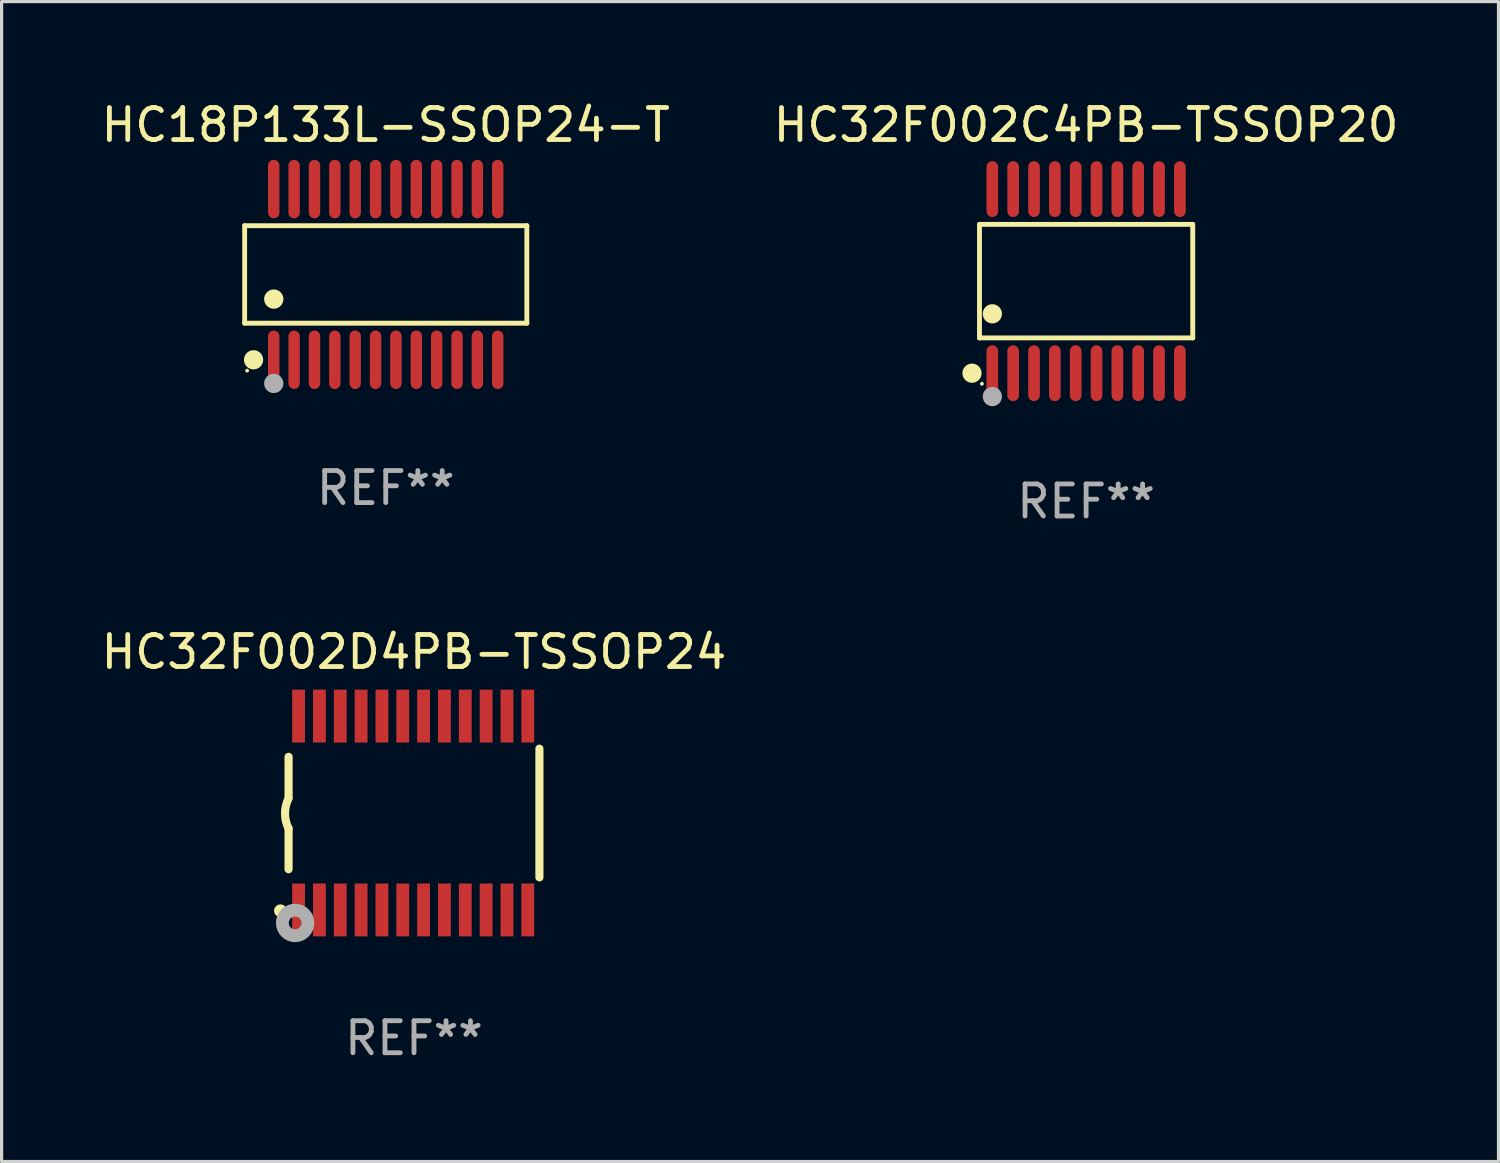
<source format=kicad_pcb>
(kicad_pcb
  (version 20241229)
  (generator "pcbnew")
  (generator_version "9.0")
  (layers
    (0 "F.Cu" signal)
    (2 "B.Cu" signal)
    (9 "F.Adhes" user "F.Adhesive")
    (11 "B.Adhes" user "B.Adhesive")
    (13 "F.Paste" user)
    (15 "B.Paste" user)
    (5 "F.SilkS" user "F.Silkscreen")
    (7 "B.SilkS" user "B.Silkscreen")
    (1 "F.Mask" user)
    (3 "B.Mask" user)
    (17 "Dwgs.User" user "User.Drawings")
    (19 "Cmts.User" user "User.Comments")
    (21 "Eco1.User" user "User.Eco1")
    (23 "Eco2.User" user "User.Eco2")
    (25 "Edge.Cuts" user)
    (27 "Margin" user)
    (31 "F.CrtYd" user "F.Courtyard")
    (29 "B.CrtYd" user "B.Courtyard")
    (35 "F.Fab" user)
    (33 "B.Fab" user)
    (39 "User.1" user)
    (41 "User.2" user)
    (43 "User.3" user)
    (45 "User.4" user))
  (footprint "HC32F002C4PB-TSSOP20"
    (layer "F.Cu")
    (at 30.827 5.719)
    (property "Reference" "HC32F002C4PB-TSSOP20" (at 0 -4.871 0) (layer "F.SilkS") (effects (font (size 1 1) (thickness 0.15))))
    (attr through_hole)
    (fp_line (start -3.326 -1.771) (end 3.326 -1.771) (stroke (width 0.152) (type solid)) (layer "F.SilkS"))
    (fp_line (start -3.326 1.771) (end -3.326 -1.771) (stroke (width 0.152) (type solid)) (layer "F.SilkS"))
    (fp_line (start 3.326 -1.771) (end 3.326 1.771) (stroke (width 0.152) (type solid)) (layer "F.SilkS"))
    (fp_line (start 3.326 1.771) (end -3.326 1.771) (stroke (width 0.152) (type solid)) (layer "F.SilkS"))
    (fp_circle (center -3.559 2.871) (end -3.409 2.871) (stroke (width 0.3) (type solid)) (fill no) (layer "F.SilkS"))
    (fp_circle (center -3.25 3.2) (end -3.22 3.2) (stroke (width 0.06) (type solid)) (fill no) (layer "F.SilkS"))
    (fp_circle (center -2.925 1.019) (end -2.775 1.019) (stroke (width 0.3) (type solid)) (fill no) (layer "F.SilkS"))
    (fp_circle (center -2.925 3.6) (end -2.775 3.6) (stroke (width 0.3) (type solid)) (fill no) (layer "F.Fab"))
    (fp_text user "REF**" (at 0 6.871 0) (layer "F.Fab") (effects (font (size 1 1) (thickness 0.15))))
    (pad "1" smd oval (at -2.925 2.871) (size 0.364 1.742) (layers "F.Cu" "F.Mask" "F.Paste"))
    (pad "2" smd oval (at -2.275 2.871) (size 0.364 1.742) (layers "F.Cu" "F.Mask" "F.Paste"))
    (pad "3" smd oval (at -1.625 2.871) (size 0.364 1.742) (layers "F.Cu" "F.Mask" "F.Paste"))
    (pad "4" smd oval (at -0.975 2.871) (size 0.364 1.742) (layers "F.Cu" "F.Mask" "F.Paste"))
    (pad "5" smd oval (at -0.325 2.871) (size 0.364 1.742) (layers "F.Cu" "F.Mask" "F.Paste"))
    (pad "6" smd oval (at 0.325 2.871) (size 0.364 1.742) (layers "F.Cu" "F.Mask" "F.Paste"))
    (pad "7" smd oval (at 0.975 2.871) (size 0.364 1.742) (layers "F.Cu" "F.Mask" "F.Paste"))
    (pad "8" smd oval (at 1.625 2.871) (size 0.364 1.742) (layers "F.Cu" "F.Mask" "F.Paste"))
    (pad "9" smd oval (at 2.275 2.871) (size 0.364 1.742) (layers "F.Cu" "F.Mask" "F.Paste"))
    (pad "10" smd oval (at 2.925 2.871) (size 0.364 1.742) (layers "F.Cu" "F.Mask" "F.Paste"))
    (pad "11" smd oval (at 2.925 -2.871) (size 0.364 1.742) (layers "F.Cu" "F.Mask" "F.Paste"))
    (pad "12" smd oval (at 2.275 -2.871) (size 0.364 1.742) (layers "F.Cu" "F.Mask" "F.Paste"))
    (pad "13" smd oval (at 1.625 -2.871) (size 0.364 1.742) (layers "F.Cu" "F.Mask" "F.Paste"))
    (pad "14" smd oval (at 0.975 -2.871) (size 0.364 1.742) (layers "F.Cu" "F.Mask" "F.Paste"))
    (pad "15" smd oval (at 0.325 -2.871) (size 0.364 1.742) (layers "F.Cu" "F.Mask" "F.Paste"))
    (pad "16" smd oval (at -0.325 -2.871) (size 0.364 1.742) (layers "F.Cu" "F.Mask" "F.Paste"))
    (pad "17" smd oval (at -0.975 -2.871) (size 0.364 1.742) (layers "F.Cu" "F.Mask" "F.Paste"))
    (pad "18" smd oval (at -1.625 -2.871) (size 0.364 1.742) (layers "F.Cu" "F.Mask" "F.Paste"))
    (pad "19" smd oval (at -2.275 -2.871) (size 0.364 1.742) (layers "F.Cu" "F.Mask" "F.Paste"))
    (pad "20" smd oval (at -2.925 -2.871) (size 0.364 1.742) (layers "F.Cu" "F.Mask" "F.Paste")))
  (footprint "HC18P133L-SSOP24-T"
    (layer "F.Cu")
    (at 8.982 5.51)
    (property "Reference" "HC18P133L-SSOP24-T" (at 0 -4.662 0) (layer "F.SilkS") (effects (font (size 1 1) (thickness 0.15))))
    (attr through_hole)
    (fp_line (start -4.401 -1.521) (end 4.401 -1.521) (stroke (width 0.152) (type solid)) (layer "F.SilkS"))
    (fp_line (start -4.401 1.521) (end -4.401 -1.521) (stroke (width 0.152) (type solid)) (layer "F.SilkS"))
    (fp_line (start 4.401 -1.521) (end 4.401 1.521) (stroke (width 0.152) (type solid)) (layer "F.SilkS"))
    (fp_line (start 4.401 1.521) (end -4.401 1.521) (stroke (width 0.152) (type solid)) (layer "F.SilkS"))
    (fp_circle (center -4.325 3) (end -4.295 3) (stroke (width 0.06) (type solid)) (fill no) (layer "F.SilkS"))
    (fp_circle (center -4.123 2.662) (end -3.973 2.662) (stroke (width 0.3) (type solid)) (fill no) (layer "F.SilkS"))
    (fp_circle (center -3.493 0.769) (end -3.342 0.769) (stroke (width 0.3) (type solid)) (fill no) (layer "F.SilkS"))
    (fp_circle (center -3.493 3.4) (end -3.342 3.4) (stroke (width 0.3) (type solid)) (fill no) (layer "F.Fab"))
    (fp_text user "REF**" (at 0 6.662 0) (layer "F.Fab") (effects (font (size 1 1) (thickness 0.15))))
    (pad "1" smd oval (at -3.493 2.662) (size 0.356 1.824) (layers "F.Cu" "F.Mask" "F.Paste"))
    (pad "2" smd oval (at -2.858 2.662) (size 0.356 1.824) (layers "F.Cu" "F.Mask" "F.Paste"))
    (pad "3" smd oval (at -2.223 2.662) (size 0.356 1.824) (layers "F.Cu" "F.Mask" "F.Paste"))
    (pad "4" smd oval (at -1.588 2.662) (size 0.356 1.824) (layers "F.Cu" "F.Mask" "F.Paste"))
    (pad "5" smd oval (at -0.953 2.662) (size 0.356 1.824) (layers "F.Cu" "F.Mask" "F.Paste"))
    (pad "6" smd oval (at -0.318 2.662) (size 0.356 1.824) (layers "F.Cu" "F.Mask" "F.Paste"))
    (pad "7" smd oval (at 0.318 2.662) (size 0.356 1.824) (layers "F.Cu" "F.Mask" "F.Paste"))
    (pad "8" smd oval (at 0.953 2.662) (size 0.356 1.824) (layers "F.Cu" "F.Mask" "F.Paste"))
    (pad "9" smd oval (at 1.588 2.662) (size 0.356 1.824) (layers "F.Cu" "F.Mask" "F.Paste"))
    (pad "10" smd oval (at 2.223 2.662) (size 0.356 1.824) (layers "F.Cu" "F.Mask" "F.Paste"))
    (pad "11" smd oval (at 2.858 2.662) (size 0.356 1.824) (layers "F.Cu" "F.Mask" "F.Paste"))
    (pad "12" smd oval (at 3.493 2.662) (size 0.356 1.824) (layers "F.Cu" "F.Mask" "F.Paste"))
    (pad "13" smd oval (at 3.493 -2.662) (size 0.356 1.824) (layers "F.Cu" "F.Mask" "F.Paste"))
    (pad "14" smd oval (at 2.858 -2.662) (size 0.356 1.824) (layers "F.Cu" "F.Mask" "F.Paste"))
    (pad "15" smd oval (at 2.223 -2.662) (size 0.356 1.824) (layers "F.Cu" "F.Mask" "F.Paste"))
    (pad "16" smd oval (at 1.588 -2.662) (size 0.356 1.824) (layers "F.Cu" "F.Mask" "F.Paste"))
    (pad "17" smd oval (at 0.953 -2.662) (size 0.356 1.824) (layers "F.Cu" "F.Mask" "F.Paste"))
    (pad "18" smd oval (at 0.318 -2.662) (size 0.356 1.824) (layers "F.Cu" "F.Mask" "F.Paste"))
    (pad "19" smd oval (at -0.318 -2.662) (size 0.356 1.824) (layers "F.Cu" "F.Mask" "F.Paste"))
    (pad "20" smd oval (at -0.953 -2.662) (size 0.356 1.824) (layers "F.Cu" "F.Mask" "F.Paste"))
    (pad "21" smd oval (at -1.588 -2.662) (size 0.356 1.824) (layers "F.Cu" "F.Mask" "F.Paste"))
    (pad "22" smd oval (at -2.223 -2.662) (size 0.356 1.824) (layers "F.Cu" "F.Mask" "F.Paste"))
    (pad "23" smd oval (at -2.858 -2.662) (size 0.356 1.824) (layers "F.Cu" "F.Mask" "F.Paste"))
    (pad "24" smd oval (at -3.493 -2.662) (size 0.356 1.824) (layers "F.Cu" "F.Mask" "F.Paste")))
  (footprint "HC32F002D4PB-TSSOP24"
    (layer "F.Cu")
    (at 9.863 22.309)
    (property "Reference" "HC32F002D4PB-TSSOP24" (at 0 -5.023 0) (layer "F.SilkS") (effects (font (size 1 1) (thickness 0.15))))
    (attr through_hole)
    (fp_line (start -3.912 -0.483) (end -3.912 -1.753) (stroke (width 0.254) (type solid)) (layer "F.SilkS"))
    (fp_line (start -3.912 1.753) (end -3.912 0.483) (stroke (width 0.254) (type solid)) (layer "F.SilkS"))
    (fp_line (start 3.912 -2.007) (end 3.912 2.007) (stroke (width 0.254) (type solid)) (layer "F.SilkS"))
    (fp_arc (start -3.911608 0.482601) (mid -4.022537 0.0127) (end -3.911608 -0.457201) (stroke (width 0.254001) (type solid)) (layer "F.SilkS"))
    (fp_circle (center -4.166 3.048) (end -4.066 3.048) (stroke (width 0.2) (type solid)) (fill no) (layer "F.SilkS"))
    (fp_circle (center -3.925 3.186) (end -3.895 3.186) (stroke (width 0.06) (type solid)) (fill no) (layer "F.SilkS"))
    (fp_circle (center -3.708 3.429) (end -3.509 3.429) (stroke (width 0.4) (type solid)) (fill no) (layer "F.Fab"))
    (fp_text user "REF**" (at 0 7.023 0) (layer "F.Fab") (effects (font (size 1 1) (thickness 0.15))))
    (pad "1" smd rect (at -3.6 3.023) (size 0.4 1.65) (layers "F.Cu" "F.Mask" "F.Paste"))
    (pad "2" smd rect (at -2.95 3.023) (size 0.4 1.65) (layers "F.Cu" "F.Mask" "F.Paste"))
    (pad "3" smd rect (at -2.3 3.023) (size 0.4 1.65) (layers "F.Cu" "F.Mask" "F.Paste"))
    (pad "4" smd rect (at -1.65 3.023) (size 0.4 1.65) (layers "F.Cu" "F.Mask" "F.Paste"))
    (pad "5" smd rect (at -1 3.023) (size 0.4 1.65) (layers "F.Cu" "F.Mask" "F.Paste"))
    (pad "6" smd rect (at -0.35 3.023) (size 0.4 1.65) (layers "F.Cu" "F.Mask" "F.Paste"))
    (pad "7" smd rect (at 0.299 3.023) (size 0.4 1.65) (layers "F.Cu" "F.Mask" "F.Paste"))
    (pad "8" smd rect (at 0.95 3.023) (size 0.4 1.65) (layers "F.Cu" "F.Mask" "F.Paste"))
    (pad "9" smd rect (at 1.6 3.023) (size 0.4 1.65) (layers "F.Cu" "F.Mask" "F.Paste"))
    (pad "10" smd rect (at 2.25 3.023) (size 0.4 1.65) (layers "F.Cu" "F.Mask" "F.Paste"))
    (pad "11" smd rect (at 2.9 3.023) (size 0.4 1.65) (layers "F.Cu" "F.Mask" "F.Paste"))
    (pad "12" smd rect (at 3.549 3.023) (size 0.4 1.65) (layers "F.Cu" "F.Mask" "F.Paste"))
    (pad "13" smd rect (at 3.549 -3.023) (size 0.4 1.65) (layers "F.Cu" "F.Mask" "F.Paste"))
    (pad "14" smd rect (at 2.9 -3.023) (size 0.4 1.65) (layers "F.Cu" "F.Mask" "F.Paste"))
    (pad "15" smd rect (at 2.25 -3.023) (size 0.4 1.65) (layers "F.Cu" "F.Mask" "F.Paste"))
    (pad "16" smd rect (at 1.6 -3.023) (size 0.4 1.65) (layers "F.Cu" "F.Mask" "F.Paste"))
    (pad "17" smd rect (at 0.95 -3.023) (size 0.4 1.65) (layers "F.Cu" "F.Mask" "F.Paste"))
    (pad "18" smd rect (at 0.299 -3.023) (size 0.4 1.65) (layers "F.Cu" "F.Mask" "F.Paste"))
    (pad "19" smd rect (at -0.35 -3.023) (size 0.4 1.65) (layers "F.Cu" "F.Mask" "F.Paste"))
    (pad "20" smd rect (at -1 -3.023) (size 0.4 1.65) (layers "F.Cu" "F.Mask" "F.Paste"))
    (pad "21" smd rect (at -1.65 -3.023) (size 0.4 1.65) (layers "F.Cu" "F.Mask" "F.Paste"))
    (pad "22" smd rect (at -2.3 -3.023) (size 0.4 1.65) (layers "F.Cu" "F.Mask" "F.Paste"))
    (pad "23" smd rect (at -2.95 -3.023) (size 0.4 1.65) (layers "F.Cu" "F.Mask" "F.Paste"))
    (pad "24" smd rect (at -3.6 -3.023) (size 0.4 1.65) (layers "F.Cu" "F.Mask" "F.Paste")))
  (gr_rect
    (start -3 -3)
    (end 43.69 33.18)
    (stroke (width 0.1) (type default))
    (fill no)
    (layer "Edge.Cuts")))
</source>
